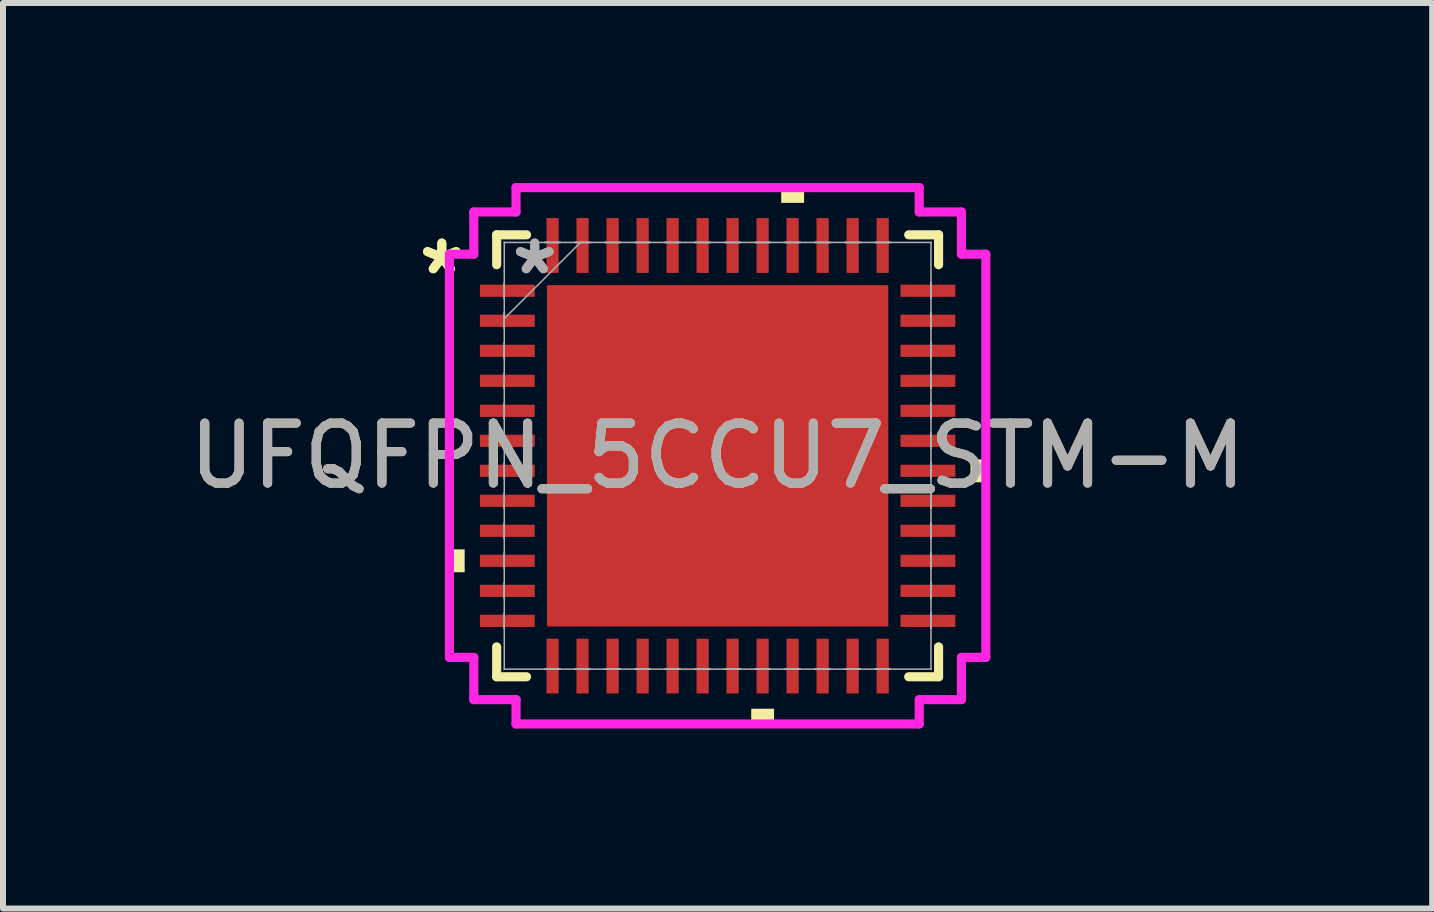
<source format=kicad_pcb>
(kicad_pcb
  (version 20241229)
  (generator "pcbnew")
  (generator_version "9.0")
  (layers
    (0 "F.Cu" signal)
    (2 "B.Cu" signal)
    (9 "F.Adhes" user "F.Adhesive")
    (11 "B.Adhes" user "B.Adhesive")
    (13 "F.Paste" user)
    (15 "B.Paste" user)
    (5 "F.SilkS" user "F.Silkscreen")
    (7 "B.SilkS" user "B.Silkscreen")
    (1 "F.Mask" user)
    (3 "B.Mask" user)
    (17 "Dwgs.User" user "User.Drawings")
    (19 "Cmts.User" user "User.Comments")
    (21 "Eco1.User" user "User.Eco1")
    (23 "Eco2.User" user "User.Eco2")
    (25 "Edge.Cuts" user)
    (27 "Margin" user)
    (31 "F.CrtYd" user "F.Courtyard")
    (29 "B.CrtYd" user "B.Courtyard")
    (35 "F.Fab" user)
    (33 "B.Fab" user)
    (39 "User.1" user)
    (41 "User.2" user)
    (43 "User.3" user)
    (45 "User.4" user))
  (footprint "UFQFPN_5CCU7_STM-M"
    (layer "F.Cu")
    (at 8.911 4.547)
    (property "Reference" "UFQFPN_5CCU7_STM-M" (at 0 0 0) (unlocked yes) (layer "F.SilkS") (effects (font (size 1 1) (thickness 0.15))))
    (attr smd)
    (fp_line (start -3.683 -3.683) (end -3.683 -3.185) (stroke (width 0.152) (type solid)) (layer "F.SilkS"))
    (fp_line (start -3.683 3.185) (end -3.683 3.683) (stroke (width 0.152) (type solid)) (layer "F.SilkS"))
    (fp_line (start -3.683 3.683) (end -3.185 3.683) (stroke (width 0.152) (type solid)) (layer "F.SilkS"))
    (fp_line (start -3.185 -3.683) (end -3.683 -3.683) (stroke (width 0.152) (type solid)) (layer "F.SilkS"))
    (fp_line (start 3.185 3.683) (end 3.683 3.683) (stroke (width 0.152) (type solid)) (layer "F.SilkS"))
    (fp_line (start 3.683 -3.683) (end 3.185 -3.683) (stroke (width 0.152) (type solid)) (layer "F.SilkS"))
    (fp_line (start 3.683 -3.185) (end 3.683 -3.683) (stroke (width 0.152) (type solid)) (layer "F.SilkS"))
    (fp_line (start 3.683 3.683) (end 3.683 3.185) (stroke (width 0.152) (type solid)) (layer "F.SilkS"))
    (fp_poly (pts (xy -4.47 1.56) (xy -4.47 1.941) (xy -4.216 1.941) (xy -4.216 1.56)) (stroke (width 0) (type solid)) (fill yes) (layer "F.SilkS"))
    (fp_poly (pts (xy 0.56 4.216) (xy 0.56 4.47) (xy 0.941 4.47) (xy 0.941 4.216)) (stroke (width 0) (type solid)) (fill yes) (layer "F.SilkS"))
    (fp_poly (pts (xy 1.06 -4.216) (xy 1.06 -4.47) (xy 1.441 -4.47) (xy 1.441 -4.216)) (stroke (width 0) (type solid)) (fill yes) (layer "F.SilkS"))
    (fp_poly (pts (xy 4.47 0.06) (xy 4.47 0.441) (xy 4.216 0.441) (xy 4.216 0.06)) (stroke (width 0) (type solid)) (fill yes) (layer "F.SilkS"))
    (fp_poly (pts (xy -2.745 -2.745) (xy -2.745 -1.522) (xy -1.522 -1.522) (xy -1.522 -2.745)) (stroke (width 0) (type solid)) (fill yes) (layer "F.Paste"))
    (fp_poly (pts (xy -2.745 -1.322) (xy -2.745 -0.1) (xy -1.522 -0.1) (xy -1.522 -1.322)) (stroke (width 0) (type solid)) (fill yes) (layer "F.Paste"))
    (fp_poly (pts (xy -2.745 0.1) (xy -2.745 1.322) (xy -1.522 1.322) (xy -1.522 0.1)) (stroke (width 0) (type solid)) (fill yes) (layer "F.Paste"))
    (fp_poly (pts (xy -2.745 1.522) (xy -2.745 2.745) (xy -1.522 2.745) (xy -1.522 1.522)) (stroke (width 0) (type solid)) (fill yes) (layer "F.Paste"))
    (fp_poly (pts (xy -1.322 -2.745) (xy -1.322 -1.522) (xy -0.1 -1.522) (xy -0.1 -2.745)) (stroke (width 0) (type solid)) (fill yes) (layer "F.Paste"))
    (fp_poly (pts (xy -1.322 -1.322) (xy -1.322 -0.1) (xy -0.1 -0.1) (xy -0.1 -1.322)) (stroke (width 0) (type solid)) (fill yes) (layer "F.Paste"))
    (fp_poly (pts (xy -1.322 0.1) (xy -1.322 1.322) (xy -0.1 1.322) (xy -0.1 0.1)) (stroke (width 0) (type solid)) (fill yes) (layer "F.Paste"))
    (fp_poly (pts (xy -1.322 1.522) (xy -1.322 2.745) (xy -0.1 2.745) (xy -0.1 1.522)) (stroke (width 0) (type solid)) (fill yes) (layer "F.Paste"))
    (fp_poly (pts (xy 0.1 -2.745) (xy 0.1 -1.522) (xy 1.322 -1.522) (xy 1.322 -2.745)) (stroke (width 0) (type solid)) (fill yes) (layer "F.Paste"))
    (fp_poly (pts (xy 0.1 -1.322) (xy 0.1 -0.1) (xy 1.322 -0.1) (xy 1.322 -1.322)) (stroke (width 0) (type solid)) (fill yes) (layer "F.Paste"))
    (fp_poly (pts (xy 0.1 0.1) (xy 0.1 1.322) (xy 1.322 1.322) (xy 1.322 0.1)) (stroke (width 0) (type solid)) (fill yes) (layer "F.Paste"))
    (fp_poly (pts (xy 0.1 1.522) (xy 0.1 2.745) (xy 1.322 2.745) (xy 1.322 1.522)) (stroke (width 0) (type solid)) (fill yes) (layer "F.Paste"))
    (fp_poly (pts (xy 1.522 -2.745) (xy 1.522 -1.522) (xy 2.745 -1.522) (xy 2.745 -2.745)) (stroke (width 0) (type solid)) (fill yes) (layer "F.Paste"))
    (fp_poly (pts (xy 1.522 -1.322) (xy 1.522 -0.1) (xy 2.745 -0.1) (xy 2.745 -1.322)) (stroke (width 0) (type solid)) (fill yes) (layer "F.Paste"))
    (fp_poly (pts (xy 1.522 0.1) (xy 1.522 1.322) (xy 2.745 1.322) (xy 2.745 0.1)) (stroke (width 0) (type solid)) (fill yes) (layer "F.Paste"))
    (fp_poly (pts (xy 1.522 1.522) (xy 1.522 2.745) (xy 2.745 2.745) (xy 2.745 1.522)) (stroke (width 0) (type solid)) (fill yes) (layer "F.Paste"))
    (fp_line (start -4.47 -3.36) (end -4.064 -3.36) (stroke (width 0.152) (type solid)) (layer "F.CrtYd"))
    (fp_line (start -4.47 3.36) (end -4.47 -3.36) (stroke (width 0.152) (type solid)) (layer "F.CrtYd"))
    (fp_line (start -4.064 -4.064) (end -3.36 -4.064) (stroke (width 0.152) (type solid)) (layer "F.CrtYd"))
    (fp_line (start -4.064 -3.36) (end -4.064 -4.064) (stroke (width 0.152) (type solid)) (layer "F.CrtYd"))
    (fp_line (start -4.064 3.36) (end -4.47 3.36) (stroke (width 0.152) (type solid)) (layer "F.CrtYd"))
    (fp_line (start -4.064 4.064) (end -4.064 3.36) (stroke (width 0.152) (type solid)) (layer "F.CrtYd"))
    (fp_line (start -3.36 -4.47) (end 3.36 -4.47) (stroke (width 0.152) (type solid)) (layer "F.CrtYd"))
    (fp_line (start -3.36 -4.064) (end -3.36 -4.47) (stroke (width 0.152) (type solid)) (layer "F.CrtYd"))
    (fp_line (start -3.36 4.064) (end -4.064 4.064) (stroke (width 0.152) (type solid)) (layer "F.CrtYd"))
    (fp_line (start -3.36 4.47) (end -3.36 4.064) (stroke (width 0.152) (type solid)) (layer "F.CrtYd"))
    (fp_line (start 3.36 -4.47) (end 3.36 -4.064) (stroke (width 0.152) (type solid)) (layer "F.CrtYd"))
    (fp_line (start 3.36 -4.064) (end 4.064 -4.064) (stroke (width 0.152) (type solid)) (layer "F.CrtYd"))
    (fp_line (start 3.36 4.064) (end 3.36 4.47) (stroke (width 0.152) (type solid)) (layer "F.CrtYd"))
    (fp_line (start 3.36 4.47) (end -3.36 4.47) (stroke (width 0.152) (type solid)) (layer "F.CrtYd"))
    (fp_line (start 4.064 -4.064) (end 4.064 -3.36) (stroke (width 0.152) (type solid)) (layer "F.CrtYd"))
    (fp_line (start 4.064 -3.36) (end 4.47 -3.36) (stroke (width 0.152) (type solid)) (layer "F.CrtYd"))
    (fp_line (start 4.064 3.36) (end 4.064 4.064) (stroke (width 0.152) (type solid)) (layer "F.CrtYd"))
    (fp_line (start 4.064 4.064) (end 3.36 4.064) (stroke (width 0.152) (type solid)) (layer "F.CrtYd"))
    (fp_line (start 4.47 -3.36) (end 4.47 3.36) (stroke (width 0.152) (type solid)) (layer "F.CrtYd"))
    (fp_line (start 4.47 3.36) (end 4.064 3.36) (stroke (width 0.152) (type solid)) (layer "F.CrtYd"))
    (fp_line (start -3.556 -3.556) (end -3.556 -3.556) (stroke (width 0.025) (type solid)) (layer "F.Fab"))
    (fp_line (start -3.556 -3.556) (end -3.556 3.556) (stroke (width 0.025) (type solid)) (layer "F.Fab"))
    (fp_line (start -3.556 -2.878) (end -3.556 -2.878) (stroke (width 0.025) (type solid)) (layer "F.Fab"))
    (fp_line (start -3.556 -2.878) (end -3.556 -2.624) (stroke (width 0.025) (type solid)) (layer "F.Fab"))
    (fp_line (start -3.556 -2.624) (end -3.556 -2.878) (stroke (width 0.025) (type solid)) (layer "F.Fab"))
    (fp_line (start -3.556 -2.624) (end -3.556 -2.624) (stroke (width 0.025) (type solid)) (layer "F.Fab"))
    (fp_line (start -3.556 -2.378) (end -3.556 -2.378) (stroke (width 0.025) (type solid)) (layer "F.Fab"))
    (fp_line (start -3.556 -2.378) (end -3.556 -2.124) (stroke (width 0.025) (type solid)) (layer "F.Fab"))
    (fp_line (start -3.556 -2.286) (end -2.286 -3.556) (stroke (width 0.025) (type solid)) (layer "F.Fab"))
    (fp_line (start -3.556 -2.124) (end -3.556 -2.378) (stroke (width 0.025) (type solid)) (layer "F.Fab"))
    (fp_line (start -3.556 -2.124) (end -3.556 -2.124) (stroke (width 0.025) (type solid)) (layer "F.Fab"))
    (fp_line (start -3.556 -1.877) (end -3.556 -1.877) (stroke (width 0.025) (type solid)) (layer "F.Fab"))
    (fp_line (start -3.556 -1.877) (end -3.556 -1.623) (stroke (width 0.025) (type solid)) (layer "F.Fab"))
    (fp_line (start -3.556 -1.623) (end -3.556 -1.877) (stroke (width 0.025) (type solid)) (layer "F.Fab"))
    (fp_line (start -3.556 -1.623) (end -3.556 -1.623) (stroke (width 0.025) (type solid)) (layer "F.Fab"))
    (fp_line (start -3.556 -1.377) (end -3.556 -1.377) (stroke (width 0.025) (type solid)) (layer "F.Fab"))
    (fp_line (start -3.556 -1.377) (end -3.556 -1.123) (stroke (width 0.025) (type solid)) (layer "F.Fab"))
    (fp_line (start -3.556 -1.123) (end -3.556 -1.377) (stroke (width 0.025) (type solid)) (layer "F.Fab"))
    (fp_line (start -3.556 -1.123) (end -3.556 -1.123) (stroke (width 0.025) (type solid)) (layer "F.Fab"))
    (fp_line (start -3.556 -0.877) (end -3.556 -0.877) (stroke (width 0.025) (type solid)) (layer "F.Fab"))
    (fp_line (start -3.556 -0.877) (end -3.556 -0.623) (stroke (width 0.025) (type solid)) (layer "F.Fab"))
    (fp_line (start -3.556 -0.623) (end -3.556 -0.877) (stroke (width 0.025) (type solid)) (layer "F.Fab"))
    (fp_line (start -3.556 -0.623) (end -3.556 -0.623) (stroke (width 0.025) (type solid)) (layer "F.Fab"))
    (fp_line (start -3.556 -0.377) (end -3.556 -0.377) (stroke (width 0.025) (type solid)) (layer "F.Fab"))
    (fp_line (start -3.556 -0.377) (end -3.556 -0.123) (stroke (width 0.025) (type solid)) (layer "F.Fab"))
    (fp_line (start -3.556 -0.123) (end -3.556 -0.377) (stroke (width 0.025) (type solid)) (layer "F.Fab"))
    (fp_line (start -3.556 -0.123) (end -3.556 -0.123) (stroke (width 0.025) (type solid)) (layer "F.Fab"))
    (fp_line (start -3.556 0.123) (end -3.556 0.123) (stroke (width 0.025) (type solid)) (layer "F.Fab"))
    (fp_line (start -3.556 0.123) (end -3.556 0.377) (stroke (width 0.025) (type solid)) (layer "F.Fab"))
    (fp_line (start -3.556 0.377) (end -3.556 0.123) (stroke (width 0.025) (type solid)) (layer "F.Fab"))
    (fp_line (start -3.556 0.377) (end -3.556 0.377) (stroke (width 0.025) (type solid)) (layer "F.Fab"))
    (fp_line (start -3.556 0.623) (end -3.556 0.623) (stroke (width 0.025) (type solid)) (layer "F.Fab"))
    (fp_line (start -3.556 0.623) (end -3.556 0.877) (stroke (width 0.025) (type solid)) (layer "F.Fab"))
    (fp_line (start -3.556 0.877) (end -3.556 0.623) (stroke (width 0.025) (type solid)) (layer "F.Fab"))
    (fp_line (start -3.556 0.877) (end -3.556 0.877) (stroke (width 0.025) (type solid)) (layer "F.Fab"))
    (fp_line (start -3.556 1.123) (end -3.556 1.123) (stroke (width 0.025) (type solid)) (layer "F.Fab"))
    (fp_line (start -3.556 1.123) (end -3.556 1.377) (stroke (width 0.025) (type solid)) (layer "F.Fab"))
    (fp_line (start -3.556 1.377) (end -3.556 1.123) (stroke (width 0.025) (type solid)) (layer "F.Fab"))
    (fp_line (start -3.556 1.377) (end -3.556 1.377) (stroke (width 0.025) (type solid)) (layer "F.Fab"))
    (fp_line (start -3.556 1.623) (end -3.556 1.623) (stroke (width 0.025) (type solid)) (layer "F.Fab"))
    (fp_line (start -3.556 1.623) (end -3.556 1.877) (stroke (width 0.025) (type solid)) (layer "F.Fab"))
    (fp_line (start -3.556 1.877) (end -3.556 1.623) (stroke (width 0.025) (type solid)) (layer "F.Fab"))
    (fp_line (start -3.556 1.877) (end -3.556 1.877) (stroke (width 0.025) (type solid)) (layer "F.Fab"))
    (fp_line (start -3.556 2.124) (end -3.556 2.124) (stroke (width 0.025) (type solid)) (layer "F.Fab"))
    (fp_line (start -3.556 2.124) (end -3.556 2.378) (stroke (width 0.025) (type solid)) (layer "F.Fab"))
    (fp_line (start -3.556 2.378) (end -3.556 2.124) (stroke (width 0.025) (type solid)) (layer "F.Fab"))
    (fp_line (start -3.556 2.378) (end -3.556 2.378) (stroke (width 0.025) (type solid)) (layer "F.Fab"))
    (fp_line (start -3.556 2.624) (end -3.556 2.624) (stroke (width 0.025) (type solid)) (layer "F.Fab"))
    (fp_line (start -3.556 2.624) (end -3.556 2.878) (stroke (width 0.025) (type solid)) (layer "F.Fab"))
    (fp_line (start -3.556 2.878) (end -3.556 2.624) (stroke (width 0.025) (type solid)) (layer "F.Fab"))
    (fp_line (start -3.556 2.878) (end -3.556 2.878) (stroke (width 0.025) (type solid)) (layer "F.Fab"))
    (fp_line (start -3.556 3.556) (end -3.556 3.556) (stroke (width 0.025) (type solid)) (layer "F.Fab"))
    (fp_line (start -3.556 3.556) (end 3.556 3.556) (stroke (width 0.025) (type solid)) (layer "F.Fab"))
    (fp_line (start -2.878 -3.556) (end -2.878 -3.556) (stroke (width 0.025) (type solid)) (layer "F.Fab"))
    (fp_line (start -2.878 -3.556) (end -2.624 -3.556) (stroke (width 0.025) (type solid)) (layer "F.Fab"))
    (fp_line (start -2.878 3.556) (end -2.878 3.556) (stroke (width 0.025) (type solid)) (layer "F.Fab"))
    (fp_line (start -2.878 3.556) (end -2.624 3.556) (stroke (width 0.025) (type solid)) (layer "F.Fab"))
    (fp_line (start -2.624 -3.556) (end -2.878 -3.556) (stroke (width 0.025) (type solid)) (layer "F.Fab"))
    (fp_line (start -2.624 -3.556) (end -2.624 -3.556) (stroke (width 0.025) (type solid)) (layer "F.Fab"))
    (fp_line (start -2.624 3.556) (end -2.878 3.556) (stroke (width 0.025) (type solid)) (layer "F.Fab"))
    (fp_line (start -2.624 3.556) (end -2.624 3.556) (stroke (width 0.025) (type solid)) (layer "F.Fab"))
    (fp_line (start -2.378 -3.556) (end -2.378 -3.556) (stroke (width 0.025) (type solid)) (layer "F.Fab"))
    (fp_line (start -2.378 -3.556) (end -2.124 -3.556) (stroke (width 0.025) (type solid)) (layer "F.Fab"))
    (fp_line (start -2.378 3.556) (end -2.378 3.556) (stroke (width 0.025) (type solid)) (layer "F.Fab"))
    (fp_line (start -2.378 3.556) (end -2.124 3.556) (stroke (width 0.025) (type solid)) (layer "F.Fab"))
    (fp_line (start -2.124 -3.556) (end -2.378 -3.556) (stroke (width 0.025) (type solid)) (layer "F.Fab"))
    (fp_line (start -2.124 -3.556) (end -2.124 -3.556) (stroke (width 0.025) (type solid)) (layer "F.Fab"))
    (fp_line (start -2.124 3.556) (end -2.378 3.556) (stroke (width 0.025) (type solid)) (layer "F.Fab"))
    (fp_line (start -2.124 3.556) (end -2.124 3.556) (stroke (width 0.025) (type solid)) (layer "F.Fab"))
    (fp_line (start -1.877 -3.556) (end -1.877 -3.556) (stroke (width 0.025) (type solid)) (layer "F.Fab"))
    (fp_line (start -1.877 -3.556) (end -1.623 -3.556) (stroke (width 0.025) (type solid)) (layer "F.Fab"))
    (fp_line (start -1.877 3.556) (end -1.877 3.556) (stroke (width 0.025) (type solid)) (layer "F.Fab"))
    (fp_line (start -1.877 3.556) (end -1.623 3.556) (stroke (width 0.025) (type solid)) (layer "F.Fab"))
    (fp_line (start -1.623 -3.556) (end -1.877 -3.556) (stroke (width 0.025) (type solid)) (layer "F.Fab"))
    (fp_line (start -1.623 -3.556) (end -1.623 -3.556) (stroke (width 0.025) (type solid)) (layer "F.Fab"))
    (fp_line (start -1.623 3.556) (end -1.877 3.556) (stroke (width 0.025) (type solid)) (layer "F.Fab"))
    (fp_line (start -1.623 3.556) (end -1.623 3.556) (stroke (width 0.025) (type solid)) (layer "F.Fab"))
    (fp_line (start -1.377 -3.556) (end -1.377 -3.556) (stroke (width 0.025) (type solid)) (layer "F.Fab"))
    (fp_line (start -1.377 -3.556) (end -1.123 -3.556) (stroke (width 0.025) (type solid)) (layer "F.Fab"))
    (fp_line (start -1.377 3.556) (end -1.377 3.556) (stroke (width 0.025) (type solid)) (layer "F.Fab"))
    (fp_line (start -1.377 3.556) (end -1.123 3.556) (stroke (width 0.025) (type solid)) (layer "F.Fab"))
    (fp_line (start -1.123 -3.556) (end -1.377 -3.556) (stroke (width 0.025) (type solid)) (layer "F.Fab"))
    (fp_line (start -1.123 -3.556) (end -1.123 -3.556) (stroke (width 0.025) (type solid)) (layer "F.Fab"))
    (fp_line (start -1.123 3.556) (end -1.377 3.556) (stroke (width 0.025) (type solid)) (layer "F.Fab"))
    (fp_line (start -1.123 3.556) (end -1.123 3.556) (stroke (width 0.025) (type solid)) (layer "F.Fab"))
    (fp_line (start -0.877 -3.556) (end -0.877 -3.556) (stroke (width 0.025) (type solid)) (layer "F.Fab"))
    (fp_line (start -0.877 -3.556) (end -0.623 -3.556) (stroke (width 0.025) (type solid)) (layer "F.Fab"))
    (fp_line (start -0.877 3.556) (end -0.877 3.556) (stroke (width 0.025) (type solid)) (layer "F.Fab"))
    (fp_line (start -0.877 3.556) (end -0.623 3.556) (stroke (width 0.025) (type solid)) (layer "F.Fab"))
    (fp_line (start -0.623 -3.556) (end -0.877 -3.556) (stroke (width 0.025) (type solid)) (layer "F.Fab"))
    (fp_line (start -0.623 -3.556) (end -0.623 -3.556) (stroke (width 0.025) (type solid)) (layer "F.Fab"))
    (fp_line (start -0.623 3.556) (end -0.877 3.556) (stroke (width 0.025) (type solid)) (layer "F.Fab"))
    (fp_line (start -0.623 3.556) (end -0.623 3.556) (stroke (width 0.025) (type solid)) (layer "F.Fab"))
    (fp_line (start -0.377 -3.556) (end -0.377 -3.556) (stroke (width 0.025) (type solid)) (layer "F.Fab"))
    (fp_line (start -0.377 -3.556) (end -0.123 -3.556) (stroke (width 0.025) (type solid)) (layer "F.Fab"))
    (fp_line (start -0.377 3.556) (end -0.377 3.556) (stroke (width 0.025) (type solid)) (layer "F.Fab"))
    (fp_line (start -0.377 3.556) (end -0.123 3.556) (stroke (width 0.025) (type solid)) (layer "F.Fab"))
    (fp_line (start -0.123 -3.556) (end -0.377 -3.556) (stroke (width 0.025) (type solid)) (layer "F.Fab"))
    (fp_line (start -0.123 -3.556) (end -0.123 -3.556) (stroke (width 0.025) (type solid)) (layer "F.Fab"))
    (fp_line (start -0.123 3.556) (end -0.377 3.556) (stroke (width 0.025) (type solid)) (layer "F.Fab"))
    (fp_line (start -0.123 3.556) (end -0.123 3.556) (stroke (width 0.025) (type solid)) (layer "F.Fab"))
    (fp_line (start 0.123 -3.556) (end 0.123 -3.556) (stroke (width 0.025) (type solid)) (layer "F.Fab"))
    (fp_line (start 0.123 -3.556) (end 0.377 -3.556) (stroke (width 0.025) (type solid)) (layer "F.Fab"))
    (fp_line (start 0.123 3.556) (end 0.123 3.556) (stroke (width 0.025) (type solid)) (layer "F.Fab"))
    (fp_line (start 0.123 3.556) (end 0.377 3.556) (stroke (width 0.025) (type solid)) (layer "F.Fab"))
    (fp_line (start 0.377 -3.556) (end 0.123 -3.556) (stroke (width 0.025) (type solid)) (layer "F.Fab"))
    (fp_line (start 0.377 -3.556) (end 0.377 -3.556) (stroke (width 0.025) (type solid)) (layer "F.Fab"))
    (fp_line (start 0.377 3.556) (end 0.123 3.556) (stroke (width 0.025) (type solid)) (layer "F.Fab"))
    (fp_line (start 0.377 3.556) (end 0.377 3.556) (stroke (width 0.025) (type solid)) (layer "F.Fab"))
    (fp_line (start 0.623 -3.556) (end 0.623 -3.556) (stroke (width 0.025) (type solid)) (layer "F.Fab"))
    (fp_line (start 0.623 -3.556) (end 0.877 -3.556) (stroke (width 0.025) (type solid)) (layer "F.Fab"))
    (fp_line (start 0.623 3.556) (end 0.623 3.556) (stroke (width 0.025) (type solid)) (layer "F.Fab"))
    (fp_line (start 0.623 3.556) (end 0.877 3.556) (stroke (width 0.025) (type solid)) (layer "F.Fab"))
    (fp_line (start 0.877 -3.556) (end 0.623 -3.556) (stroke (width 0.025) (type solid)) (layer "F.Fab"))
    (fp_line (start 0.877 -3.556) (end 0.877 -3.556) (stroke (width 0.025) (type solid)) (layer "F.Fab"))
    (fp_line (start 0.877 3.556) (end 0.623 3.556) (stroke (width 0.025) (type solid)) (layer "F.Fab"))
    (fp_line (start 0.877 3.556) (end 0.877 3.556) (stroke (width 0.025) (type solid)) (layer "F.Fab"))
    (fp_line (start 1.123 -3.556) (end 1.123 -3.556) (stroke (width 0.025) (type solid)) (layer "F.Fab"))
    (fp_line (start 1.123 -3.556) (end 1.377 -3.556) (stroke (width 0.025) (type solid)) (layer "F.Fab"))
    (fp_line (start 1.123 3.556) (end 1.123 3.556) (stroke (width 0.025) (type solid)) (layer "F.Fab"))
    (fp_line (start 1.123 3.556) (end 1.377 3.556) (stroke (width 0.025) (type solid)) (layer "F.Fab"))
    (fp_line (start 1.377 -3.556) (end 1.123 -3.556) (stroke (width 0.025) (type solid)) (layer "F.Fab"))
    (fp_line (start 1.377 -3.556) (end 1.377 -3.556) (stroke (width 0.025) (type solid)) (layer "F.Fab"))
    (fp_line (start 1.377 3.556) (end 1.123 3.556) (stroke (width 0.025) (type solid)) (layer "F.Fab"))
    (fp_line (start 1.377 3.556) (end 1.377 3.556) (stroke (width 0.025) (type solid)) (layer "F.Fab"))
    (fp_line (start 1.623 -3.556) (end 1.623 -3.556) (stroke (width 0.025) (type solid)) (layer "F.Fab"))
    (fp_line (start 1.623 -3.556) (end 1.877 -3.556) (stroke (width 0.025) (type solid)) (layer "F.Fab"))
    (fp_line (start 1.623 3.556) (end 1.623 3.556) (stroke (width 0.025) (type solid)) (layer "F.Fab"))
    (fp_line (start 1.623 3.556) (end 1.877 3.556) (stroke (width 0.025) (type solid)) (layer "F.Fab"))
    (fp_line (start 1.877 -3.556) (end 1.623 -3.556) (stroke (width 0.025) (type solid)) (layer "F.Fab"))
    (fp_line (start 1.877 -3.556) (end 1.877 -3.556) (stroke (width 0.025) (type solid)) (layer "F.Fab"))
    (fp_line (start 1.877 3.556) (end 1.623 3.556) (stroke (width 0.025) (type solid)) (layer "F.Fab"))
    (fp_line (start 1.877 3.556) (end 1.877 3.556) (stroke (width 0.025) (type solid)) (layer "F.Fab"))
    (fp_line (start 2.124 -3.556) (end 2.124 -3.556) (stroke (width 0.025) (type solid)) (layer "F.Fab"))
    (fp_line (start 2.124 -3.556) (end 2.378 -3.556) (stroke (width 0.025) (type solid)) (layer "F.Fab"))
    (fp_line (start 2.124 3.556) (end 2.124 3.556) (stroke (width 0.025) (type solid)) (layer "F.Fab"))
    (fp_line (start 2.124 3.556) (end 2.378 3.556) (stroke (width 0.025) (type solid)) (layer "F.Fab"))
    (fp_line (start 2.378 -3.556) (end 2.124 -3.556) (stroke (width 0.025) (type solid)) (layer "F.Fab"))
    (fp_line (start 2.378 -3.556) (end 2.378 -3.556) (stroke (width 0.025) (type solid)) (layer "F.Fab"))
    (fp_line (start 2.378 3.556) (end 2.124 3.556) (stroke (width 0.025) (type solid)) (layer "F.Fab"))
    (fp_line (start 2.378 3.556) (end 2.378 3.556) (stroke (width 0.025) (type solid)) (layer "F.Fab"))
    (fp_line (start 2.624 -3.556) (end 2.624 -3.556) (stroke (width 0.025) (type solid)) (layer "F.Fab"))
    (fp_line (start 2.624 -3.556) (end 2.878 -3.556) (stroke (width 0.025) (type solid)) (layer "F.Fab"))
    (fp_line (start 2.624 3.556) (end 2.624 3.556) (stroke (width 0.025) (type solid)) (layer "F.Fab"))
    (fp_line (start 2.624 3.556) (end 2.878 3.556) (stroke (width 0.025) (type solid)) (layer "F.Fab"))
    (fp_line (start 2.878 -3.556) (end 2.624 -3.556) (stroke (width 0.025) (type solid)) (layer "F.Fab"))
    (fp_line (start 2.878 -3.556) (end 2.878 -3.556) (stroke (width 0.025) (type solid)) (layer "F.Fab"))
    (fp_line (start 2.878 3.556) (end 2.624 3.556) (stroke (width 0.025) (type solid)) (layer "F.Fab"))
    (fp_line (start 2.878 3.556) (end 2.878 3.556) (stroke (width 0.025) (type solid)) (layer "F.Fab"))
    (fp_line (start 3.556 -3.556) (end -3.556 -3.556) (stroke (width 0.025) (type solid)) (layer "F.Fab"))
    (fp_line (start 3.556 -3.556) (end 3.556 -3.556) (stroke (width 0.025) (type solid)) (layer "F.Fab"))
    (fp_line (start 3.556 -2.878) (end 3.556 -2.878) (stroke (width 0.025) (type solid)) (layer "F.Fab"))
    (fp_line (start 3.556 -2.878) (end 3.556 -2.624) (stroke (width 0.025) (type solid)) (layer "F.Fab"))
    (fp_line (start 3.556 -2.624) (end 3.556 -2.878) (stroke (width 0.025) (type solid)) (layer "F.Fab"))
    (fp_line (start 3.556 -2.624) (end 3.556 -2.624) (stroke (width 0.025) (type solid)) (layer "F.Fab"))
    (fp_line (start 3.556 -2.378) (end 3.556 -2.378) (stroke (width 0.025) (type solid)) (layer "F.Fab"))
    (fp_line (start 3.556 -2.378) (end 3.556 -2.124) (stroke (width 0.025) (type solid)) (layer "F.Fab"))
    (fp_line (start 3.556 -2.124) (end 3.556 -2.378) (stroke (width 0.025) (type solid)) (layer "F.Fab"))
    (fp_line (start 3.556 -2.124) (end 3.556 -2.124) (stroke (width 0.025) (type solid)) (layer "F.Fab"))
    (fp_line (start 3.556 -1.877) (end 3.556 -1.877) (stroke (width 0.025) (type solid)) (layer "F.Fab"))
    (fp_line (start 3.556 -1.877) (end 3.556 -1.623) (stroke (width 0.025) (type solid)) (layer "F.Fab"))
    (fp_line (start 3.556 -1.623) (end 3.556 -1.877) (stroke (width 0.025) (type solid)) (layer "F.Fab"))
    (fp_line (start 3.556 -1.623) (end 3.556 -1.623) (stroke (width 0.025) (type solid)) (layer "F.Fab"))
    (fp_line (start 3.556 -1.377) (end 3.556 -1.377) (stroke (width 0.025) (type solid)) (layer "F.Fab"))
    (fp_line (start 3.556 -1.377) (end 3.556 -1.123) (stroke (width 0.025) (type solid)) (layer "F.Fab"))
    (fp_line (start 3.556 -1.123) (end 3.556 -1.377) (stroke (width 0.025) (type solid)) (layer "F.Fab"))
    (fp_line (start 3.556 -1.123) (end 3.556 -1.123) (stroke (width 0.025) (type solid)) (layer "F.Fab"))
    (fp_line (start 3.556 -0.877) (end 3.556 -0.877) (stroke (width 0.025) (type solid)) (layer "F.Fab"))
    (fp_line (start 3.556 -0.877) (end 3.556 -0.623) (stroke (width 0.025) (type solid)) (layer "F.Fab"))
    (fp_line (start 3.556 -0.623) (end 3.556 -0.877) (stroke (width 0.025) (type solid)) (layer "F.Fab"))
    (fp_line (start 3.556 -0.623) (end 3.556 -0.623) (stroke (width 0.025) (type solid)) (layer "F.Fab"))
    (fp_line (start 3.556 -0.377) (end 3.556 -0.377) (stroke (width 0.025) (type solid)) (layer "F.Fab"))
    (fp_line (start 3.556 -0.377) (end 3.556 -0.123) (stroke (width 0.025) (type solid)) (layer "F.Fab"))
    (fp_line (start 3.556 -0.123) (end 3.556 -0.377) (stroke (width 0.025) (type solid)) (layer "F.Fab"))
    (fp_line (start 3.556 -0.123) (end 3.556 -0.123) (stroke (width 0.025) (type solid)) (layer "F.Fab"))
    (fp_line (start 3.556 0.123) (end 3.556 0.123) (stroke (width 0.025) (type solid)) (layer "F.Fab"))
    (fp_line (start 3.556 0.123) (end 3.556 0.377) (stroke (width 0.025) (type solid)) (layer "F.Fab"))
    (fp_line (start 3.556 0.377) (end 3.556 0.123) (stroke (width 0.025) (type solid)) (layer "F.Fab"))
    (fp_line (start 3.556 0.377) (end 3.556 0.377) (stroke (width 0.025) (type solid)) (layer "F.Fab"))
    (fp_line (start 3.556 0.623) (end 3.556 0.623) (stroke (width 0.025) (type solid)) (layer "F.Fab"))
    (fp_line (start 3.556 0.623) (end 3.556 0.877) (stroke (width 0.025) (type solid)) (layer "F.Fab"))
    (fp_line (start 3.556 0.877) (end 3.556 0.623) (stroke (width 0.025) (type solid)) (layer "F.Fab"))
    (fp_line (start 3.556 0.877) (end 3.556 0.877) (stroke (width 0.025) (type solid)) (layer "F.Fab"))
    (fp_line (start 3.556 1.123) (end 3.556 1.123) (stroke (width 0.025) (type solid)) (layer "F.Fab"))
    (fp_line (start 3.556 1.123) (end 3.556 1.377) (stroke (width 0.025) (type solid)) (layer "F.Fab"))
    (fp_line (start 3.556 1.377) (end 3.556 1.123) (stroke (width 0.025) (type solid)) (layer "F.Fab"))
    (fp_line (start 3.556 1.377) (end 3.556 1.377) (stroke (width 0.025) (type solid)) (layer "F.Fab"))
    (fp_line (start 3.556 1.623) (end 3.556 1.623) (stroke (width 0.025) (type solid)) (layer "F.Fab"))
    (fp_line (start 3.556 1.623) (end 3.556 1.877) (stroke (width 0.025) (type solid)) (layer "F.Fab"))
    (fp_line (start 3.556 1.877) (end 3.556 1.623) (stroke (width 0.025) (type solid)) (layer "F.Fab"))
    (fp_line (start 3.556 1.877) (end 3.556 1.877) (stroke (width 0.025) (type solid)) (layer "F.Fab"))
    (fp_line (start 3.556 2.124) (end 3.556 2.124) (stroke (width 0.025) (type solid)) (layer "F.Fab"))
    (fp_line (start 3.556 2.124) (end 3.556 2.378) (stroke (width 0.025) (type solid)) (layer "F.Fab"))
    (fp_line (start 3.556 2.378) (end 3.556 2.124) (stroke (width 0.025) (type solid)) (layer "F.Fab"))
    (fp_line (start 3.556 2.378) (end 3.556 2.378) (stroke (width 0.025) (type solid)) (layer "F.Fab"))
    (fp_line (start 3.556 2.624) (end 3.556 2.624) (stroke (width 0.025) (type solid)) (layer "F.Fab"))
    (fp_line (start 3.556 2.624) (end 3.556 2.878) (stroke (width 0.025) (type solid)) (layer "F.Fab"))
    (fp_line (start 3.556 2.878) (end 3.556 2.624) (stroke (width 0.025) (type solid)) (layer "F.Fab"))
    (fp_line (start 3.556 2.878) (end 3.556 2.878) (stroke (width 0.025) (type solid)) (layer "F.Fab"))
    (fp_line (start 3.556 3.556) (end 3.556 -3.556) (stroke (width 0.025) (type solid)) (layer "F.Fab"))
    (fp_line (start 3.556 3.556) (end 3.556 3.556) (stroke (width 0.025) (type solid)) (layer "F.Fab"))
    (fp_text user "*" (at -4.597 -3.001 0) (layer "F.SilkS") (effects (font (size 1 1) (thickness 0.15))))
    (fp_text user "*" (at -4.597 -3.001 0) (unlocked yes) (layer "F.SilkS") (effects (font (size 1 1) (thickness 0.15))))
    (fp_text user "${REFERENCE}" (at 0 0 0) (unlocked yes) (layer "F.Fab") (effects (font (size 1 1) (thickness 0.15))))
    (fp_text user "*" (at -3.048 -3.001 0) (layer "F.Fab") (effects (font (size 1 1) (thickness 0.15))))
    (fp_text user "*" (at -3.048 -3.001 0) (unlocked yes) (layer "F.Fab") (effects (font (size 1 1) (thickness 0.15))))
    (pad "1" smd rect (at -3.505 -2.751 90) (size 0.203 0.914) (layers "F.Cu" "F.Mask" "F.Paste"))
    (pad "2" smd rect (at -3.505 -2.251 90) (size 0.203 0.914) (layers "F.Cu" "F.Mask" "F.Paste"))
    (pad "3" smd rect (at -3.505 -1.75 90) (size 0.203 0.914) (layers "F.Cu" "F.Mask" "F.Paste"))
    (pad "4" smd rect (at -3.505 -1.25 90) (size 0.203 0.914) (layers "F.Cu" "F.Mask" "F.Paste"))
    (pad "5" smd rect (at -3.505 -0.75 90) (size 0.203 0.914) (layers "F.Cu" "F.Mask" "F.Paste"))
    (pad "6" smd rect (at -3.505 -0.25 90) (size 0.203 0.914) (layers "F.Cu" "F.Mask" "F.Paste"))
    (pad "7" smd rect (at -3.505 0.25 90) (size 0.203 0.914) (layers "F.Cu" "F.Mask" "F.Paste"))
    (pad "8" smd rect (at -3.505 0.75 90) (size 0.203 0.914) (layers "F.Cu" "F.Mask" "F.Paste"))
    (pad "9" smd rect (at -3.505 1.25 90) (size 0.203 0.914) (layers "F.Cu" "F.Mask" "F.Paste"))
    (pad "10" smd rect (at -3.505 1.75 90) (size 0.203 0.914) (layers "F.Cu" "F.Mask" "F.Paste"))
    (pad "11" smd rect (at -3.505 2.251 90) (size 0.203 0.914) (layers "F.Cu" "F.Mask" "F.Paste"))
    (pad "12" smd rect (at -3.505 2.751 90) (size 0.203 0.914) (layers "F.Cu" "F.Mask" "F.Paste"))
    (pad "13" smd rect (at -2.751 3.505) (size 0.203 0.914) (layers "F.Cu" "F.Mask" "F.Paste"))
    (pad "14" smd rect (at -2.251 3.505) (size 0.203 0.914) (layers "F.Cu" "F.Mask" "F.Paste"))
    (pad "15" smd rect (at -1.75 3.505) (size 0.203 0.914) (layers "F.Cu" "F.Mask" "F.Paste"))
    (pad "16" smd rect (at -1.25 3.505) (size 0.203 0.914) (layers "F.Cu" "F.Mask" "F.Paste"))
    (pad "17" smd rect (at -0.75 3.505) (size 0.203 0.914) (layers "F.Cu" "F.Mask" "F.Paste"))
    (pad "18" smd rect (at -0.25 3.505) (size 0.203 0.914) (layers "F.Cu" "F.Mask" "F.Paste"))
    (pad "19" smd rect (at 0.25 3.505) (size 0.203 0.914) (layers "F.Cu" "F.Mask" "F.Paste"))
    (pad "20" smd rect (at 0.75 3.505) (size 0.203 0.914) (layers "F.Cu" "F.Mask" "F.Paste"))
    (pad "21" smd rect (at 1.25 3.505) (size 0.203 0.914) (layers "F.Cu" "F.Mask" "F.Paste"))
    (pad "22" smd rect (at 1.75 3.505) (size 0.203 0.914) (layers "F.Cu" "F.Mask" "F.Paste"))
    (pad "23" smd rect (at 2.251 3.505) (size 0.203 0.914) (layers "F.Cu" "F.Mask" "F.Paste"))
    (pad "24" smd rect (at 2.751 3.505) (size 0.203 0.914) (layers "F.Cu" "F.Mask" "F.Paste"))
    (pad "25" smd rect (at 3.505 2.751 90) (size 0.203 0.914) (layers "F.Cu" "F.Mask" "F.Paste"))
    (pad "26" smd rect (at 3.505 2.251 90) (size 0.203 0.914) (layers "F.Cu" "F.Mask" "F.Paste"))
    (pad "27" smd rect (at 3.505 1.75 90) (size 0.203 0.914) (layers "F.Cu" "F.Mask" "F.Paste"))
    (pad "28" smd rect (at 3.505 1.25 90) (size 0.203 0.914) (layers "F.Cu" "F.Mask" "F.Paste"))
    (pad "29" smd rect (at 3.505 0.75 90) (size 0.203 0.914) (layers "F.Cu" "F.Mask" "F.Paste"))
    (pad "30" smd rect (at 3.505 0.25 90) (size 0.203 0.914) (layers "F.Cu" "F.Mask" "F.Paste"))
    (pad "31" smd rect (at 3.505 -0.25 90) (size 0.203 0.914) (layers "F.Cu" "F.Mask" "F.Paste"))
    (pad "32" smd rect (at 3.505 -0.75 90) (size 0.203 0.914) (layers "F.Cu" "F.Mask" "F.Paste"))
    (pad "33" smd rect (at 3.505 -1.25 90) (size 0.203 0.914) (layers "F.Cu" "F.Mask" "F.Paste"))
    (pad "34" smd rect (at 3.505 -1.75 90) (size 0.203 0.914) (layers "F.Cu" "F.Mask" "F.Paste"))
    (pad "35" smd rect (at 3.505 -2.251 90) (size 0.203 0.914) (layers "F.Cu" "F.Mask" "F.Paste"))
    (pad "36" smd rect (at 3.505 -2.751 90) (size 0.203 0.914) (layers "F.Cu" "F.Mask" "F.Paste"))
    (pad "37" smd rect (at 2.751 -3.505) (size 0.203 0.914) (layers "F.Cu" "F.Mask" "F.Paste"))
    (pad "38" smd rect (at 2.251 -3.505) (size 0.203 0.914) (layers "F.Cu" "F.Mask" "F.Paste"))
    (pad "39" smd rect (at 1.75 -3.505) (size 0.203 0.914) (layers "F.Cu" "F.Mask" "F.Paste"))
    (pad "40" smd rect (at 1.25 -3.505) (size 0.203 0.914) (layers "F.Cu" "F.Mask" "F.Paste"))
    (pad "41" smd rect (at 0.75 -3.505) (size 0.203 0.914) (layers "F.Cu" "F.Mask" "F.Paste"))
    (pad "42" smd rect (at 0.25 -3.505) (size 0.203 0.914) (layers "F.Cu" "F.Mask" "F.Paste"))
    (pad "43" smd rect (at -0.25 -3.505) (size 0.203 0.914) (layers "F.Cu" "F.Mask" "F.Paste"))
    (pad "44" smd rect (at -0.75 -3.505) (size 0.203 0.914) (layers "F.Cu" "F.Mask" "F.Paste"))
    (pad "45" smd rect (at -1.25 -3.505) (size 0.203 0.914) (layers "F.Cu" "F.Mask" "F.Paste"))
    (pad "46" smd rect (at -1.75 -3.505) (size 0.203 0.914) (layers "F.Cu" "F.Mask" "F.Paste"))
    (pad "47" smd rect (at -2.251 -3.505) (size 0.203 0.914) (layers "F.Cu" "F.Mask" "F.Paste"))
    (pad "48" smd rect (at -2.751 -3.505) (size 0.203 0.914) (layers "F.Cu" "F.Mask" "F.Paste"))
    (pad "49" smd rect (at 0 0) (size 5.69 5.69) (layers "F.Cu" "F.Mask" "F.Paste")))
  (gr_rect
    (start -3 -3)
    (end 20.821 12.093)
    (stroke (width 0.1) (type default))
    (fill no)
    (layer "Edge.Cuts")))
</source>
